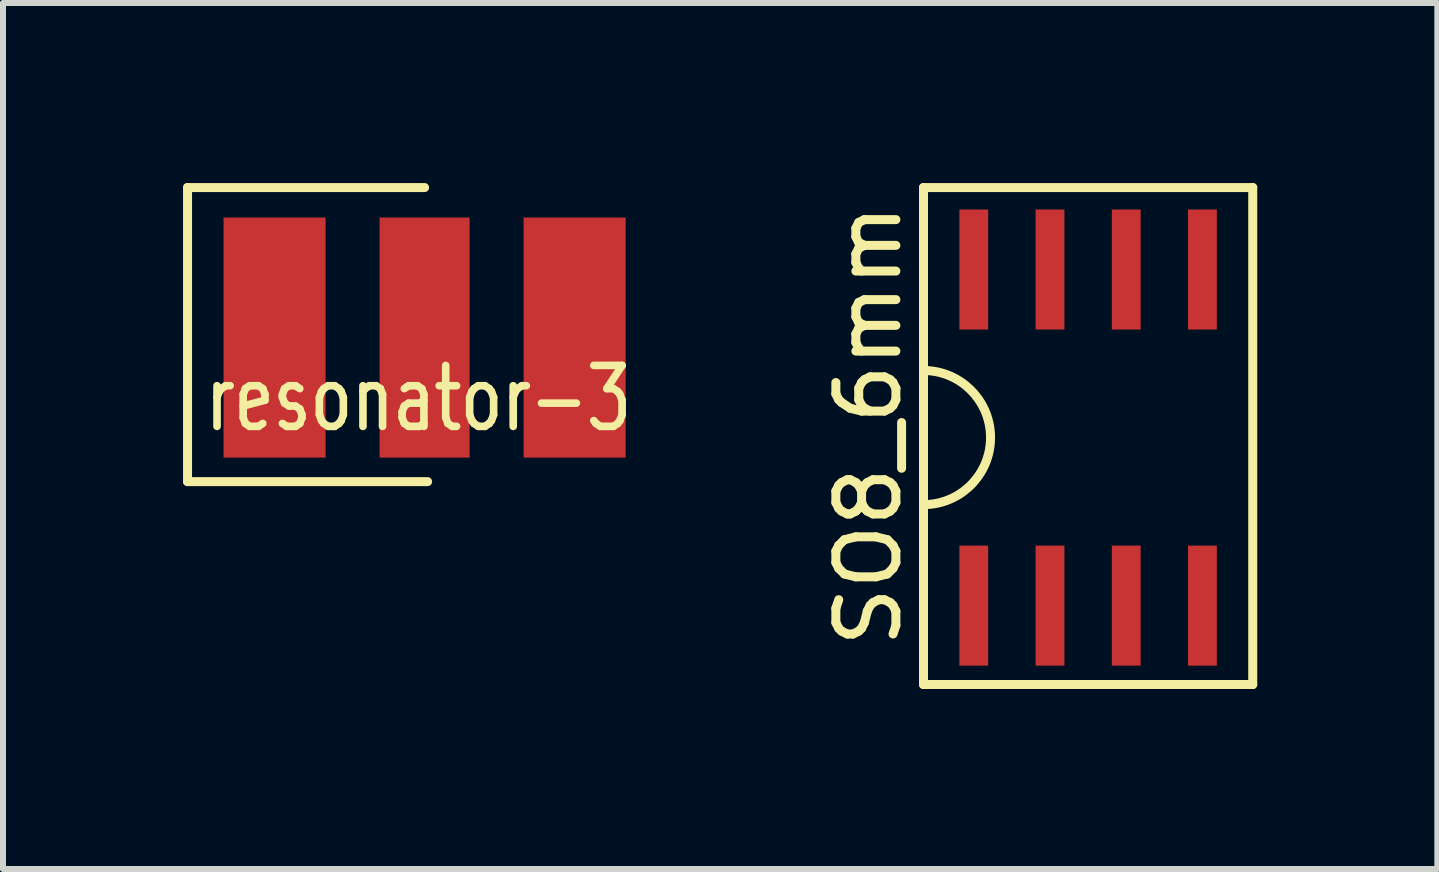
<source format=kicad_pcb>
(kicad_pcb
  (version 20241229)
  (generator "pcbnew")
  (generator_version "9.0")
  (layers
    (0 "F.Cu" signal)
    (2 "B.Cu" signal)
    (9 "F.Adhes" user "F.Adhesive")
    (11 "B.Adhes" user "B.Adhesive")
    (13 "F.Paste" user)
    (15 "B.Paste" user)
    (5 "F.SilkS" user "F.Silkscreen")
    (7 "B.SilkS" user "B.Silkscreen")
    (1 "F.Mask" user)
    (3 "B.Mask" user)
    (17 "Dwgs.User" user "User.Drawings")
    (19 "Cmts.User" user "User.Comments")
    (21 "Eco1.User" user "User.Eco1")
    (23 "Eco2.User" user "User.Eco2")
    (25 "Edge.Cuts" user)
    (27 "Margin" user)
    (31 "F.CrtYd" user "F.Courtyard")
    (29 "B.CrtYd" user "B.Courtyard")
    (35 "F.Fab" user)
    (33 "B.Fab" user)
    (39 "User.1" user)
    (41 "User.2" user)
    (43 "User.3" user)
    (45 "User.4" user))
  (footprint "resonator-3"
    (layer "F.Cu")
    (at 4.025 2.575)
    (property "Reference" "resonator-3" (at -0.102 1.016 0) (layer "F.SilkS") (effects (font (size 1.016 0.762) (thickness 0.127))))
    (attr through_hole)
    (fp_line (start -3.95 -2.5) (end -3.95 2.4) (stroke (width 0.15) (type solid)) (layer "F.SilkS"))
    (fp_line (start -3.95 2.4) (end 0.05 2.4) (stroke (width 0.15) (type solid)) (layer "F.SilkS"))
    (fp_line (start 0 -2.5) (end -3.95 -2.5) (stroke (width 0.15) (type solid)) (layer "F.SilkS"))
    (pad "1" smd rect (at -2.5 0 270) (size 4 1.7) (layers "F.Cu" "F.Mask" "F.Paste"))
    (pad "2" smd rect (at 0 0 270) (size 4 1.5) (layers "F.Cu" "F.Mask" "F.Paste"))
    (pad "3" smd rect (at 2.5 0 270) (size 4 1.7) (layers "F.Cu" "F.Mask" "F.Paste")))
  (footprint "SO8_6mm"
    (layer "F.Cu")
    (at 15.081 4.241)
    (property "Reference" "SO8_6mm" (at -3.658 -0.203 90) (layer "F.SilkS") (effects (font (size 1 1) (thickness 0.15))))
    (attr through_hole)
    (fp_line (start -2.743 -4.166) (end 2.743 -4.166) (stroke (width 0.15) (type solid)) (layer "F.SilkS"))
    (fp_line (start -2.743 4.115) (end -2.743 -4.166) (stroke (width 0.15) (type solid)) (layer "F.SilkS"))
    (fp_line (start 2.743 -4.166) (end 2.743 4.115) (stroke (width 0.15) (type solid)) (layer "F.SilkS"))
    (fp_line (start 2.743 4.115) (end -2.743 4.115) (stroke (width 0.15) (type solid)) (layer "F.SilkS"))
    (fp_arc (start -2.7432 -1.1176) (mid -1.626219 -0.037192) (end -2.668858 1.115125) (stroke (width 0.15) (type solid)) (layer "F.SilkS"))
    (pad "1" smd rect (at -1.905 2.8) (size 0.48 2) (layers "F.Cu" "F.Mask" "F.Paste"))
    (pad "2" smd rect (at -0.635 2.8) (size 0.48 2) (layers "F.Cu" "F.Mask" "F.Paste"))
    (pad "3" smd rect (at 0.635 2.8) (size 0.48 2) (layers "F.Cu" "F.Mask" "F.Paste"))
    (pad "4" smd rect (at 1.905 2.8) (size 0.48 2) (layers "F.Cu" "F.Mask" "F.Paste"))
    (pad "5" smd rect (at 1.905 -2.8) (size 0.48 2) (layers "F.Cu" "F.Mask" "F.Paste"))
    (pad "6" smd rect (at 0.635 -2.8) (size 0.48 2) (layers "F.Cu" "F.Mask" "F.Paste"))
    (pad "7" smd rect (at -0.635 -2.8) (size 0.48 2) (layers "F.Cu" "F.Mask" "F.Paste"))
    (pad "8" smd rect (at -1.905 -2.8) (size 0.48 2) (layers "F.Cu" "F.Mask" "F.Paste")))
  (gr_rect
    (start -3 -3)
    (end 20.9 11.43)
    (stroke (width 0.1) (type default))
    (fill no)
    (layer "Edge.Cuts")))
</source>
